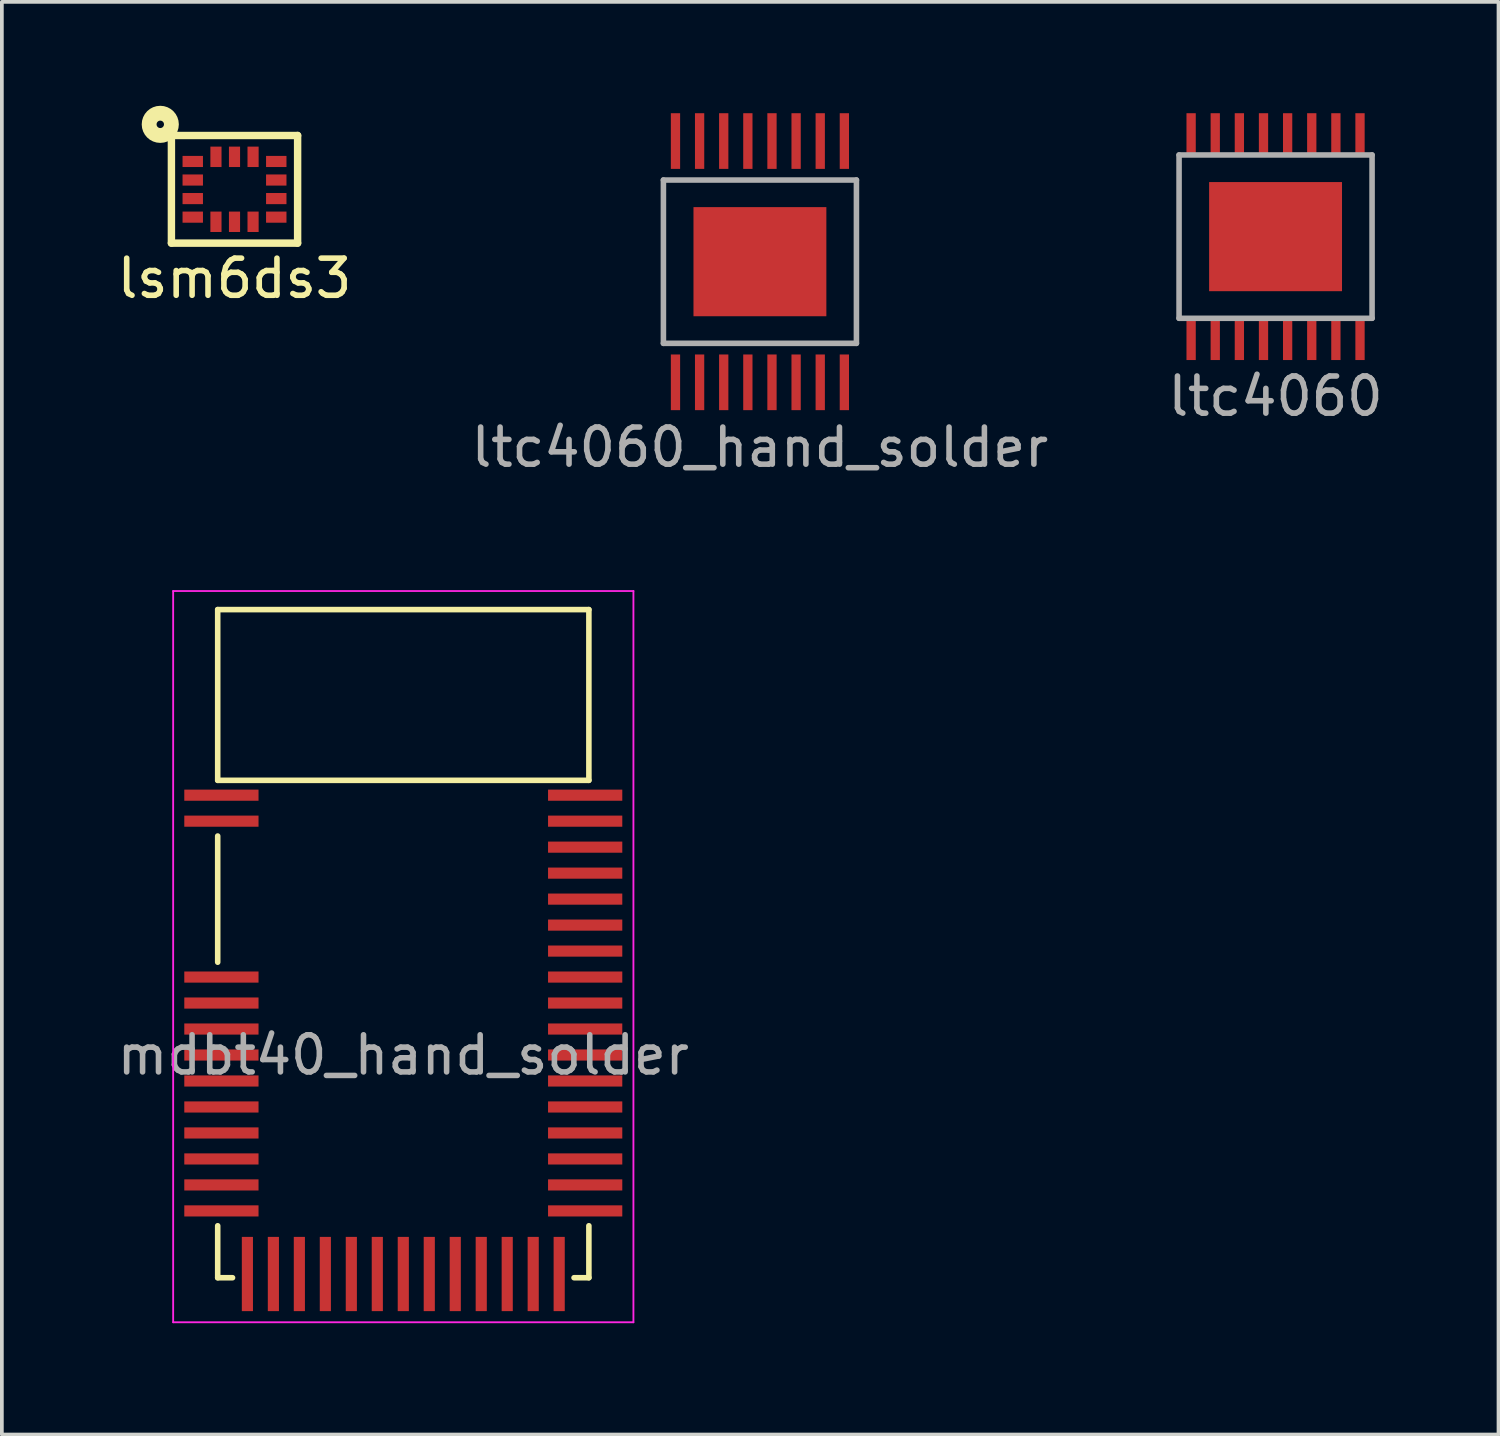
<source format=kicad_pcb>
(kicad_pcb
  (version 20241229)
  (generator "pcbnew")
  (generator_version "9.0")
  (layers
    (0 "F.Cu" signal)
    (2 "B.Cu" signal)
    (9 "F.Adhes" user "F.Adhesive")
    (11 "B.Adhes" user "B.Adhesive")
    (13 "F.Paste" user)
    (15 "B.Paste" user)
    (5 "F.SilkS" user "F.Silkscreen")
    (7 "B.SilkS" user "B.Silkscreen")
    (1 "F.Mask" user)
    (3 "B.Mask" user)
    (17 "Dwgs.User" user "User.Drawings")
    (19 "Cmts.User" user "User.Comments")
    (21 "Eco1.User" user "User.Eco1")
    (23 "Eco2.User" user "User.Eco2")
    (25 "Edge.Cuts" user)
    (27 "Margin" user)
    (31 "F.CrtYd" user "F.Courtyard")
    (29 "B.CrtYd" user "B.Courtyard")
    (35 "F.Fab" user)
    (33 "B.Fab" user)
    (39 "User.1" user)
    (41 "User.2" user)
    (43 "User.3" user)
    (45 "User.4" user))
  (footprint "ltc4060"
    (layer "F.Cu")
    (at 31.315 3.325)
    (property "Reference" "ltc4060" (at 0 4.3 0) (layer "F.Fab") (effects (font (size 1 1) (thickness 0.15))))
    (attr through_hole)
    (fp_line (start -2.6 -2.2) (end -2.6 2.2) (stroke (width 0.15) (type solid)) (layer "F.Fab"))
    (fp_line (start -2.6 2.2) (end 2.6 2.2) (stroke (width 0.15) (type solid)) (layer "F.Fab"))
    (fp_line (start 2.6 -2.2) (end -2.6 -2.2) (stroke (width 0.15) (type solid)) (layer "F.Fab"))
    (fp_line (start 2.6 2.2) (end 2.6 -2.2) (stroke (width 0.15) (type solid)) (layer "F.Fab"))
    (pad "1" smd rect (at -2.275 2.775) (size 0.25 1.1) (layers "F.Cu" "F.Mask" "F.Paste"))
    (pad "2" smd rect (at -1.625 2.775) (size 0.25 1.1) (layers "F.Cu" "F.Mask" "F.Paste"))
    (pad "3" smd rect (at -0.975 2.775) (size 0.25 1.1) (layers "F.Cu" "F.Mask" "F.Paste"))
    (pad "4" smd rect (at -0.325 2.775) (size 0.25 1.1) (layers "F.Cu" "F.Mask" "F.Paste"))
    (pad "5" smd rect (at 0.325 2.775) (size 0.25 1.1) (layers "F.Cu" "F.Mask" "F.Paste"))
    (pad "6" smd rect (at 0.975 2.775) (size 0.25 1.1) (layers "F.Cu" "F.Mask" "F.Paste"))
    (pad "7" smd rect (at 1.625 2.775) (size 0.25 1.1) (layers "F.Cu" "F.Mask" "F.Paste"))
    (pad "8" smd rect (at 2.275 2.775) (size 0.25 1.1) (layers "F.Cu" "F.Mask" "F.Paste"))
    (pad "9" smd rect (at 2.275 -2.775) (size 0.25 1.1) (layers "F.Cu" "F.Mask" "F.Paste"))
    (pad "10" smd rect (at 1.625 -2.775) (size 0.25 1.1) (layers "F.Cu" "F.Mask" "F.Paste"))
    (pad "11" smd rect (at 0.975 -2.775) (size 0.25 1.1) (layers "F.Cu" "F.Mask" "F.Paste"))
    (pad "12" smd rect (at 0.325 -2.775) (size 0.25 1.1) (layers "F.Cu" "F.Mask" "F.Paste"))
    (pad "13" smd rect (at -0.325 -2.775) (size 0.25 1.1) (layers "F.Cu" "F.Mask" "F.Paste"))
    (pad "14" smd rect (at -0.975 -2.775) (size 0.25 1.1) (layers "F.Cu" "F.Mask" "F.Paste"))
    (pad "15" smd rect (at -1.625 -2.775) (size 0.25 1.1) (layers "F.Cu" "F.Mask" "F.Paste"))
    (pad "16" smd rect (at -2.275 -2.775) (size 0.25 1.1) (layers "F.Cu" "F.Mask" "F.Paste"))
    (pad "17" smd rect (at 0 0) (size 3.58 2.94) (layers "F.Cu" "F.Mask" "F.Paste")))
  (footprint "lsm6ds3"
    (layer "F.Cu")
    (at 3.268 2.05)
    (property "Reference" "lsm6ds3" (at 0 2.4 0) (layer "F.SilkS") (effects (font (size 1 1) (thickness 0.15))))
    (attr through_hole)
    (fp_line (start -1.7 -1.45) (end -1.7 1.45) (stroke (width 0.2) (type solid)) (layer "F.SilkS"))
    (fp_line (start -1.7 -1.45) (end 1.7 -1.45) (stroke (width 0.2) (type solid)) (layer "F.SilkS"))
    (fp_line (start -1.7 1.45) (end 1.7 1.45) (stroke (width 0.2) (type solid)) (layer "F.SilkS"))
    (fp_line (start 1.7 1.45) (end 1.7 -1.45) (stroke (width 0.2) (type solid)) (layer "F.SilkS"))
    (fp_circle (center -2 -1.75) (end -2.1 -1.75) (stroke (width 0.4) (type solid)) (fill no) (layer "F.SilkS"))
    (pad "1" smd rect (at -1.125 -0.75) (size 0.55 0.3) (layers "F.Cu" "F.Mask" "F.Paste"))
    (pad "2" smd rect (at -1.125 -0.25) (size 0.55 0.3) (layers "F.Cu" "F.Mask" "F.Paste"))
    (pad "3" smd rect (at -1.125 0.25) (size 0.55 0.3) (layers "F.Cu" "F.Mask" "F.Paste"))
    (pad "4" smd rect (at -1.125 0.75) (size 0.55 0.3) (layers "F.Cu" "F.Mask" "F.Paste"))
    (pad "5" smd rect (at -0.5 0.875) (size 0.3 0.55) (layers "F.Cu" "F.Mask" "F.Paste"))
    (pad "6" smd rect (at 0 0.875) (size 0.3 0.55) (layers "F.Cu" "F.Mask" "F.Paste"))
    (pad "7" smd rect (at 0.5 0.875) (size 0.3 0.55) (layers "F.Cu" "F.Mask" "F.Paste"))
    (pad "8" smd rect (at 1.125 0.75) (size 0.55 0.3) (layers "F.Cu" "F.Mask" "F.Paste"))
    (pad "9" smd rect (at 1.125 0.25) (size 0.55 0.3) (layers "F.Cu" "F.Mask" "F.Paste"))
    (pad "10" smd rect (at 1.125 -0.25) (size 0.55 0.3) (layers "F.Cu" "F.Mask" "F.Paste"))
    (pad "11" smd rect (at 1.125 -0.75) (size 0.55 0.3) (layers "F.Cu" "F.Mask" "F.Paste"))
    (pad "12" smd rect (at 0.5 -0.875) (size 0.3 0.55) (layers "F.Cu" "F.Mask" "F.Paste"))
    (pad "13" smd rect (at 0 -0.875) (size 0.3 0.55) (layers "F.Cu" "F.Mask" "F.Paste"))
    (pad "14" smd rect (at -0.5 -0.875) (size 0.3 0.55) (layers "F.Cu" "F.Mask" "F.Paste")))
  (footprint "ltc4060_hand_solder"
    (layer "F.Cu")
    (at 17.423 4)
    (property "Reference" "ltc4060_hand_solder" (at 0 5 0) (layer "F.Fab") (effects (font (size 1 1) (thickness 0.15))))
    (attr through_hole)
    (fp_line (start -2.6 -2.2) (end -2.6 2.2) (stroke (width 0.15) (type solid)) (layer "F.Fab"))
    (fp_line (start -2.6 2.2) (end 2.6 2.2) (stroke (width 0.15) (type solid)) (layer "F.Fab"))
    (fp_line (start 2.6 -2.2) (end -2.6 -2.2) (stroke (width 0.15) (type solid)) (layer "F.Fab"))
    (fp_line (start 2.6 2.2) (end 2.6 -2.2) (stroke (width 0.15) (type solid)) (layer "F.Fab"))
    (pad "1" smd rect (at -2.275 3.25) (size 0.25 1.5) (layers "F.Cu" "F.Mask" "F.Paste"))
    (pad "2" smd rect (at -1.625 3.25) (size 0.25 1.5) (layers "F.Cu" "F.Mask" "F.Paste"))
    (pad "3" smd rect (at -0.975 3.25) (size 0.25 1.5) (layers "F.Cu" "F.Mask" "F.Paste"))
    (pad "4" smd rect (at -0.325 3.25) (size 0.25 1.5) (layers "F.Cu" "F.Mask" "F.Paste"))
    (pad "5" smd rect (at 0.325 3.25) (size 0.25 1.5) (layers "F.Cu" "F.Mask" "F.Paste"))
    (pad "6" smd rect (at 0.975 3.25) (size 0.25 1.5) (layers "F.Cu" "F.Mask" "F.Paste"))
    (pad "7" smd rect (at 1.625 3.25) (size 0.25 1.5) (layers "F.Cu" "F.Mask" "F.Paste"))
    (pad "8" smd rect (at 2.275 3.25) (size 0.25 1.5) (layers "F.Cu" "F.Mask" "F.Paste"))
    (pad "9" smd rect (at 2.275 -3.25) (size 0.25 1.5) (layers "F.Cu" "F.Mask" "F.Paste"))
    (pad "10" smd rect (at 1.625 -3.25) (size 0.25 1.5) (layers "F.Cu" "F.Mask" "F.Paste"))
    (pad "11" smd rect (at 0.975 -3.25) (size 0.25 1.5) (layers "F.Cu" "F.Mask" "F.Paste"))
    (pad "12" smd rect (at 0.325 -3.25) (size 0.25 1.5) (layers "F.Cu" "F.Mask" "F.Paste"))
    (pad "13" smd rect (at -0.325 -3.25) (size 0.25 1.5) (layers "F.Cu" "F.Mask" "F.Paste"))
    (pad "14" smd rect (at -0.975 -3.25) (size 0.25 1.5) (layers "F.Cu" "F.Mask" "F.Paste"))
    (pad "15" smd rect (at -1.625 -3.25) (size 0.25 1.5) (layers "F.Cu" "F.Mask" "F.Paste"))
    (pad "16" smd rect (at -2.275 -3.25) (size 0.25 1.5) (layers "F.Cu" "F.Mask" "F.Paste"))
    (pad "17" smd rect (at 0 0) (size 3.58 2.94) (layers "F.Cu" "F.Mask" "F.Paste")))
  (footprint "mdbt40_hand_solder"
    (layer "F.Cu")
    (at 7.815 22.373)
    (property "Reference" "mdbt40_hand_solder" (at 0 3 0) (layer "F.Fab") (effects (font (size 1 1) (thickness 0.15))))
    (attr through_hole)
    (fp_line (start -5 -9) (end 5 -9) (stroke (width 0.15) (type solid)) (layer "F.SilkS"))
    (fp_line (start -5 -4.4) (end -5 -9) (stroke (width 0.15) (type solid)) (layer "F.SilkS"))
    (fp_line (start -5 -4.4) (end 5 -4.4) (stroke (width 0.15) (type solid)) (layer "F.SilkS"))
    (fp_line (start -5 0.5) (end -5 -2.9) (stroke (width 0.15) (type solid)) (layer "F.SilkS"))
    (fp_line (start -5 7.6) (end -5 9) (stroke (width 0.15) (type solid)) (layer "F.SilkS"))
    (fp_line (start -5 9) (end -4.6 9) (stroke (width 0.15) (type solid)) (layer "F.SilkS"))
    (fp_line (start 4.6 9) (end 5 9) (stroke (width 0.15) (type solid)) (layer "F.SilkS"))
    (fp_line (start 5 -9) (end 5 -4.4) (stroke (width 0.15) (type solid)) (layer "F.SilkS"))
    (fp_line (start 5 9) (end 5 7.6) (stroke (width 0.15) (type solid)) (layer "F.SilkS"))
    (fp_line (start -6.2 -9.5) (end -6.2 10.2) (stroke (width 0.05) (type solid)) (layer "F.CrtYd"))
    (fp_line (start -6.2 10.2) (end 6.2 10.2) (stroke (width 0.05) (type solid)) (layer "F.CrtYd"))
    (fp_line (start 6.2 -9.5) (end -6.2 -9.5) (stroke (width 0.05) (type solid)) (layer "F.CrtYd"))
    (fp_line (start 6.2 10.2) (end 6.2 -9.5) (stroke (width 0.05) (type solid)) (layer "F.CrtYd"))
    (pad "1" smd rect (at -4.9 -4) (size 2 0.3) (layers "F.Cu" "F.Mask" "F.Paste"))
    (pad "2" smd rect (at -4.9 -3.3) (size 2 0.3) (layers "F.Cu" "F.Mask" "F.Paste"))
    (pad "3" smd rect (at -4.9 0.9) (size 2 0.3) (layers "F.Cu" "F.Mask" "F.Paste"))
    (pad "4" smd rect (at -4.9 1.6) (size 2 0.3) (layers "F.Cu" "F.Mask" "F.Paste"))
    (pad "5" smd rect (at -4.9 2.3) (size 2 0.3) (layers "F.Cu" "F.Mask" "F.Paste"))
    (pad "6" smd rect (at -4.9 3) (size 2 0.3) (layers "F.Cu" "F.Mask" "F.Paste"))
    (pad "7" smd rect (at -4.9 3.7) (size 2 0.3) (layers "F.Cu" "F.Mask" "F.Paste"))
    (pad "8" smd rect (at -4.9 4.4) (size 2 0.3) (layers "F.Cu" "F.Mask" "F.Paste"))
    (pad "9" smd rect (at -4.9 5.1) (size 2 0.3) (layers "F.Cu" "F.Mask" "F.Paste"))
    (pad "10" smd rect (at -4.9 5.8) (size 2 0.3) (layers "F.Cu" "F.Mask" "F.Paste"))
    (pad "11" smd rect (at -4.9 6.5) (size 2 0.3) (layers "F.Cu" "F.Mask" "F.Paste"))
    (pad "12" smd rect (at -4.9 7.2) (size 2 0.3) (layers "F.Cu" "F.Mask" "F.Paste"))
    (pad "13" smd rect (at -4.2 8.9) (size 0.3 2) (layers "F.Cu" "F.Mask" "F.Paste"))
    (pad "14" smd rect (at -3.5 8.9) (size 0.3 2) (layers "F.Cu" "F.Mask" "F.Paste"))
    (pad "15" smd rect (at -2.8 8.9) (size 0.3 2) (layers "F.Cu" "F.Mask" "F.Paste"))
    (pad "16" smd rect (at -2.1 8.9) (size 0.3 2) (layers "F.Cu" "F.Mask" "F.Paste"))
    (pad "17" smd rect (at -1.4 8.9) (size 0.3 2) (layers "F.Cu" "F.Mask" "F.Paste"))
    (pad "18" smd rect (at -0.7 8.9) (size 0.3 2) (layers "F.Cu" "F.Mask" "F.Paste"))
    (pad "19" smd rect (at 0 8.9) (size 0.3 2) (layers "F.Cu" "F.Mask" "F.Paste"))
    (pad "20" smd rect (at 0.7 8.9) (size 0.3 2) (layers "F.Cu" "F.Mask" "F.Paste"))
    (pad "21" smd rect (at 1.4 8.9) (size 0.3 2) (layers "F.Cu" "F.Mask" "F.Paste"))
    (pad "22" smd rect (at 2.1 8.9) (size 0.3 2) (layers "F.Cu" "F.Mask" "F.Paste"))
    (pad "23" smd rect (at 2.8 8.9) (size 0.3 2) (layers "F.Cu" "F.Mask" "F.Paste"))
    (pad "24" smd rect (at 3.5 8.9) (size 0.3 2) (layers "F.Cu" "F.Mask" "F.Paste"))
    (pad "25" smd rect (at 4.2 8.9) (size 0.3 2) (layers "F.Cu" "F.Mask" "F.Paste"))
    (pad "26" smd rect (at 4.9 7.2) (size 2 0.3) (layers "F.Cu" "F.Mask" "F.Paste"))
    (pad "27" smd rect (at 4.9 6.5) (size 2 0.3) (layers "F.Cu" "F.Mask" "F.Paste"))
    (pad "28" smd rect (at 4.9 5.8) (size 2 0.3) (layers "F.Cu" "F.Mask" "F.Paste"))
    (pad "29" smd rect (at 4.9 5.1) (size 2 0.3) (layers "F.Cu" "F.Mask" "F.Paste"))
    (pad "30" smd rect (at 4.9 4.4) (size 2 0.3) (layers "F.Cu" "F.Mask" "F.Paste"))
    (pad "31" smd rect (at 4.9 3.7) (size 2 0.3) (layers "F.Cu" "F.Mask" "F.Paste"))
    (pad "32" smd rect (at 4.9 3) (size 2 0.3) (layers "F.Cu" "F.Mask" "F.Paste"))
    (pad "33" smd rect (at 4.9 2.3) (size 2 0.3) (layers "F.Cu" "F.Mask" "F.Paste"))
    (pad "34" smd rect (at 4.9 1.6) (size 2 0.3) (layers "F.Cu" "F.Mask" "F.Paste"))
    (pad "35" smd rect (at 4.9 0.9) (size 2 0.3) (layers "F.Cu" "F.Mask" "F.Paste"))
    (pad "36" smd rect (at 4.9 0.2) (size 2 0.3) (layers "F.Cu" "F.Mask" "F.Paste"))
    (pad "37" smd rect (at 4.9 -0.5) (size 2 0.3) (layers "F.Cu" "F.Mask" "F.Paste"))
    (pad "38" smd rect (at 4.9 -1.2) (size 2 0.3) (layers "F.Cu" "F.Mask" "F.Paste"))
    (pad "39" smd rect (at 4.9 -1.9) (size 2 0.3) (layers "F.Cu" "F.Mask" "F.Paste"))
    (pad "40" smd rect (at 4.9 -2.6) (size 2 0.3) (layers "F.Cu" "F.Mask" "F.Paste"))
    (pad "41" smd rect (at 4.9 -3.3) (size 2 0.3) (layers "F.Cu" "F.Mask" "F.Paste"))
    (pad "42" smd rect (at 4.9 -4) (size 2 0.3) (layers "F.Cu" "F.Mask" "F.Paste")))
  (gr_rect
    (start -3 -3)
    (end 37.321 35.598)
    (stroke (width 0.1) (type default))
    (fill no)
    (layer "Edge.Cuts")))
</source>
